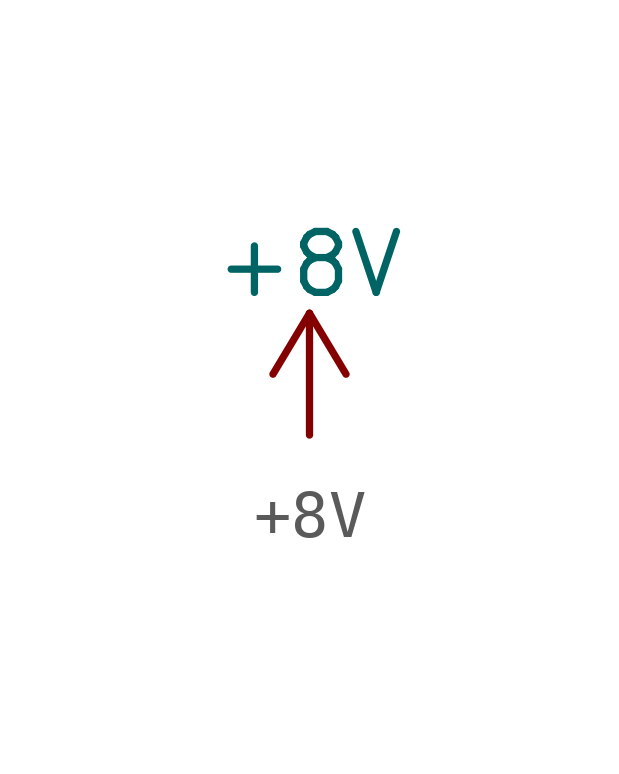
<source format=kicad_sym>
(kicad_symbol_lib
  (version 20220914)
  (generator kicad_symbol_editor)
  (symbol "+8V"
    (power)
    (pin_names
      (offset 0))
    (property "Reference" "#PWR"
      (at 0 -3.81 0)
      (effects (font (size 1.27 1.27)) hide))
    (property "Value" "+8V"
      (at 0 3.556 0)
      (effects (font (size 1.27 1.27))))
    (symbol "+8V_0_1"
      (polyline (pts (xy -0.762 1.27) (xy 0 2.54)) (stroke (width 0) (type default)) (fill (type none)))
      (polyline (pts (xy 0 0) (xy 0 2.54)) (stroke (width 0) (type default)) (fill (type none)))
      (polyline (pts (xy 0 2.54) (xy 0.762 1.27)) (stroke (width 0) (type default)) (fill (type none))))
    (symbol "+8V_1_1"
      (pin power_in line (at 0 0 90) (length 0) hide (name "+8V" (effects (font (size 1.27 1.27)))) (number "1" (effects (font (size 1.27 1.27))))))))
</source>
